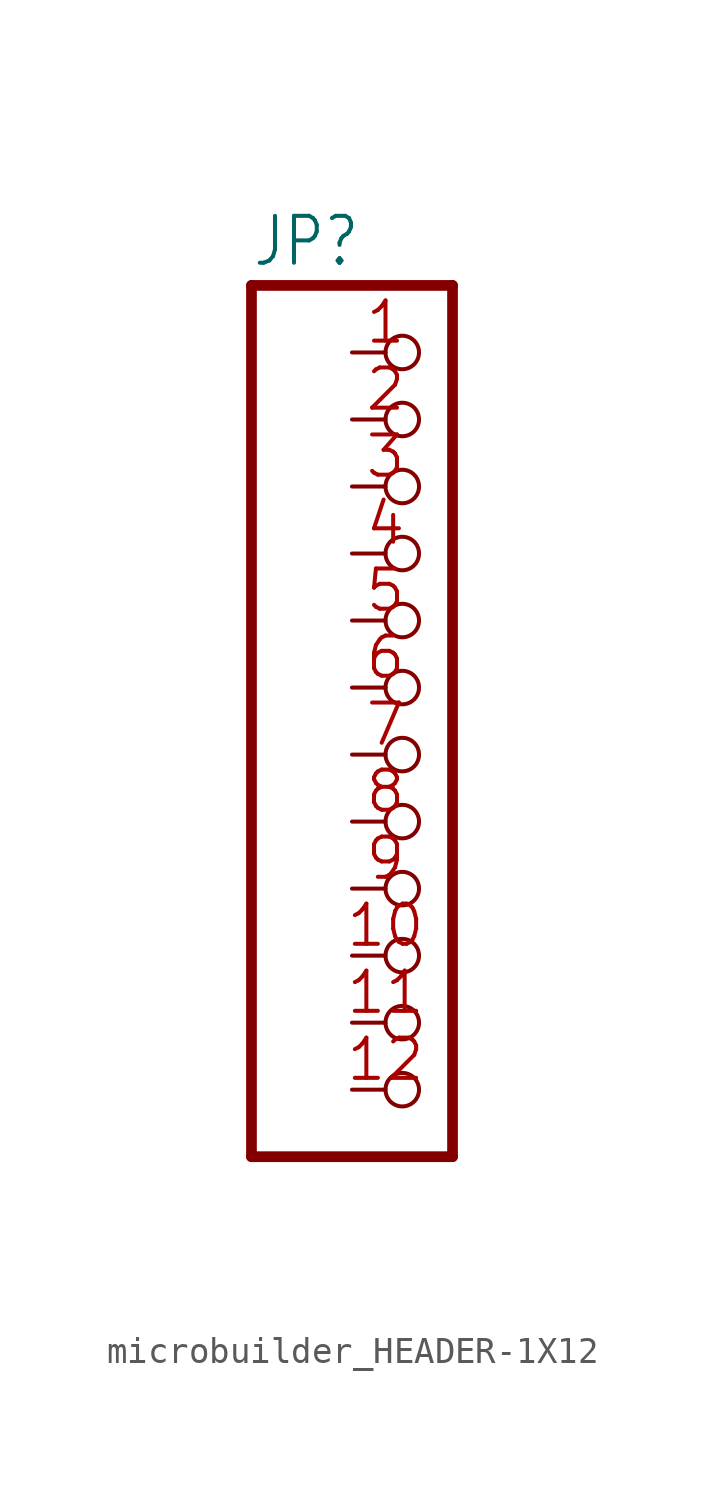
<source format=kicad_sym>
(kicad_symbol_lib
  (version 20241209)
  (generator "kicad_symbol_editor")
  (generator_version "9.0")
  (symbol "microbuilder_HEADER-1X12"
    (property "Reference" "JP"
      (at -6.35 18.415 0)
      (effects (font (size 1.778 1.511)) (justify left bottom)))
    (property "Value" ""
      (at -6.35 -17.78 0)
      (effects (font (size 1.778 1.511)) (justify left bottom)))
    (property "ki_locked" ""
      (at 0 0 0)
      (effects (font (size 1.27 1.27))))
    (symbol "microbuilder_HEADER-1X12_1_0"
      (polyline (pts (xy -6.35 17.78) (xy -6.35 -15.24)) (stroke (width 0.406) (type solid)) (fill (type none)))
      (polyline (pts (xy -6.35 -15.24) (xy 1.27 -15.24)) (stroke (width 0.406) (type solid)) (fill (type none)))
      (polyline (pts (xy 1.27 17.78) (xy -6.35 17.78)) (stroke (width 0.406) (type solid)) (fill (type none)))
      (polyline (pts (xy 1.27 -15.24) (xy 1.27 17.78)) (stroke (width 0.406) (type solid)) (fill (type none)))
      (pin passive inverted (at -2.54 15.24 0) (length 2.54) (name "1" (effects (font (size 0 0)))) (number "1" (effects (font (size 1.524 1.524)))))
      (pin passive inverted (at -2.54 12.7 0) (length 2.54) (name "2" (effects (font (size 0 0)))) (number "2" (effects (font (size 1.524 1.524)))))
      (pin passive inverted (at -2.54 10.16 0) (length 2.54) (name "3" (effects (font (size 0 0)))) (number "3" (effects (font (size 1.524 1.524)))))
      (pin passive inverted (at -2.54 7.62 0) (length 2.54) (name "4" (effects (font (size 0 0)))) (number "4" (effects (font (size 1.524 1.524)))))
      (pin passive inverted (at -2.54 5.08 0) (length 2.54) (name "5" (effects (font (size 0 0)))) (number "5" (effects (font (size 1.524 1.524)))))
      (pin passive inverted (at -2.54 2.54 0) (length 2.54) (name "6" (effects (font (size 0 0)))) (number "6" (effects (font (size 1.524 1.524)))))
      (pin passive inverted (at -2.54 0 0) (length 2.54) (name "7" (effects (font (size 0 0)))) (number "7" (effects (font (size 1.524 1.524)))))
      (pin passive inverted (at -2.54 -2.54 0) (length 2.54) (name "8" (effects (font (size 0 0)))) (number "8" (effects (font (size 1.524 1.524)))))
      (pin passive inverted (at -2.54 -5.08 0) (length 2.54) (name "9" (effects (font (size 0 0)))) (number "9" (effects (font (size 1.524 1.524)))))
      (pin passive inverted (at -2.54 -7.62 0) (length 2.54) (name "10" (effects (font (size 0 0)))) (number "10" (effects (font (size 1.524 1.524)))))
      (pin passive inverted (at -2.54 -10.16 0) (length 2.54) (name "11" (effects (font (size 0 0)))) (number "11" (effects (font (size 1.524 1.524)))))
      (pin passive inverted (at -2.54 -12.7 0) (length 2.54) (name "12" (effects (font (size 0 0)))) (number "12" (effects (font (size 1.524 1.524))))))))
</source>
